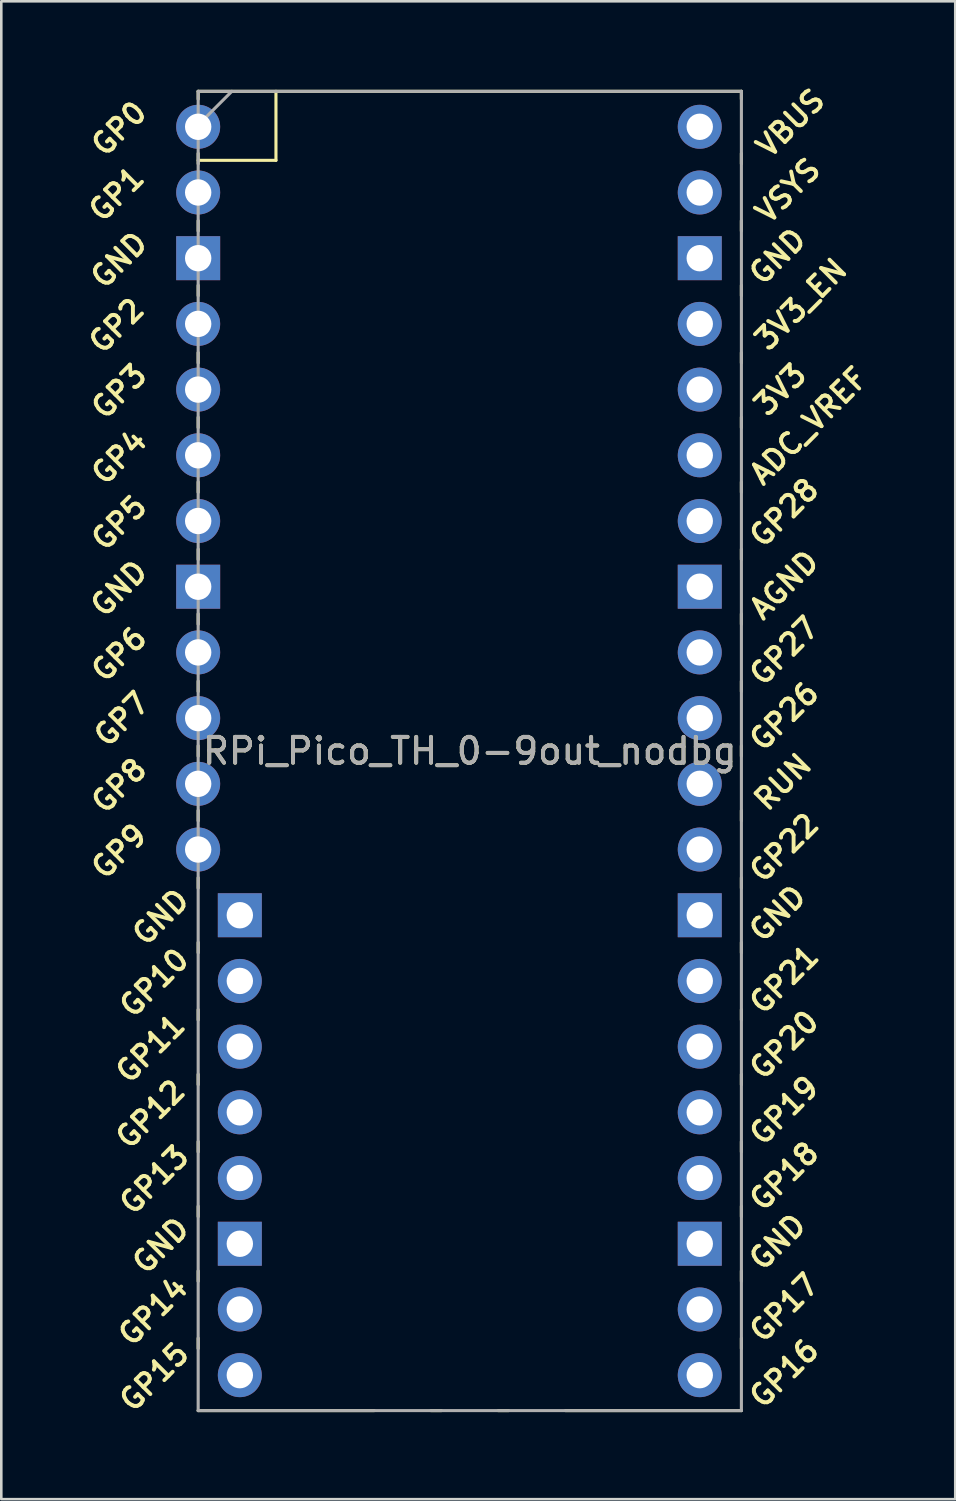
<source format=kicad_pcb>
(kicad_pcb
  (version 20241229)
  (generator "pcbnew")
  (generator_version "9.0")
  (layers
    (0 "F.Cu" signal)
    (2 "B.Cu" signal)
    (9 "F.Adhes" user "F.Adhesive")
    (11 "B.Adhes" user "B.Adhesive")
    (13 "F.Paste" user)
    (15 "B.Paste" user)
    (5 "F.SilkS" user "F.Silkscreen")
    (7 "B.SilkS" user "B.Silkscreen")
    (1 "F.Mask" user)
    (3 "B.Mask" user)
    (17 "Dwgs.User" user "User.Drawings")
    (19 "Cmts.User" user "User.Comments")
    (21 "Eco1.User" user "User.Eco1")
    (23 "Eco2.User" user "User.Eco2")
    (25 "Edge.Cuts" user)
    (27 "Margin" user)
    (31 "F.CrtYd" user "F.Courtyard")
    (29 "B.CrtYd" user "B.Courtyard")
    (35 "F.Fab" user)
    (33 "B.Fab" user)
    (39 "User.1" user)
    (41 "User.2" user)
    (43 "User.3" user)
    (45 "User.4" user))
  (footprint "RPi_Pico_TH_0-9out_nodbg"
    (layer "F.Cu")
    (at 15.111 25.981)
    (property "Reference" "RPi_Pico_TH_0-9out_nodbg" (at 0 0 0) (layer "F.SilkS") (effects (font (size 1 1) (thickness 0.15))))
    (attr through_hole)
    (fp_line (start -10.5 -25.5) (end -10.5 -25.2) (stroke (width 0.12) (type solid)) (layer "F.SilkS"))
    (fp_line (start -10.5 -25.5) (end 10.5 -25.5) (stroke (width 0.12) (type solid)) (layer "F.SilkS"))
    (fp_line (start -10.5 -23.1) (end -10.5 -22.7) (stroke (width 0.12) (type solid)) (layer "F.SilkS"))
    (fp_line (start -10.5 -22.833) (end -7.493 -22.833) (stroke (width 0.12) (type solid)) (layer "F.SilkS"))
    (fp_line (start -10.5 -20.5) (end -10.5 -20.1) (stroke (width 0.12) (type solid)) (layer "F.SilkS"))
    (fp_line (start -10.5 -18) (end -10.5 -17.6) (stroke (width 0.12) (type solid)) (layer "F.SilkS"))
    (fp_line (start -10.5 -15.4) (end -10.5 -15) (stroke (width 0.12) (type solid)) (layer "F.SilkS"))
    (fp_line (start -10.5 -12.9) (end -10.5 -12.5) (stroke (width 0.12) (type solid)) (layer "F.SilkS"))
    (fp_line (start -10.5 -10.4) (end -10.5 -10) (stroke (width 0.12) (type solid)) (layer "F.SilkS"))
    (fp_line (start -10.5 -7.8) (end -10.5 -7.4) (stroke (width 0.12) (type solid)) (layer "F.SilkS"))
    (fp_line (start -10.5 -5.3) (end -10.5 -4.9) (stroke (width 0.12) (type solid)) (layer "F.SilkS"))
    (fp_line (start -10.5 -2.7) (end -10.5 -2.3) (stroke (width 0.12) (type solid)) (layer "F.SilkS"))
    (fp_line (start -10.5 -0.2) (end -10.5 0.2) (stroke (width 0.12) (type solid)) (layer "F.SilkS"))
    (fp_line (start -10.5 2.3) (end -10.5 2.7) (stroke (width 0.12) (type solid)) (layer "F.SilkS"))
    (fp_line (start -10.5 4.9) (end -10.5 5.3) (stroke (width 0.12) (type solid)) (layer "F.SilkS"))
    (fp_line (start -10.5 7.4) (end -10.5 7.8) (stroke (width 0.12) (type solid)) (layer "F.SilkS"))
    (fp_line (start -10.5 10) (end -10.5 10.4) (stroke (width 0.12) (type solid)) (layer "F.SilkS"))
    (fp_line (start -10.5 12.5) (end -10.5 12.9) (stroke (width 0.12) (type solid)) (layer "F.SilkS"))
    (fp_line (start -10.5 15.1) (end -10.5 15.5) (stroke (width 0.12) (type solid)) (layer "F.SilkS"))
    (fp_line (start -10.5 17.6) (end -10.5 18) (stroke (width 0.12) (type solid)) (layer "F.SilkS"))
    (fp_line (start -10.5 20.1) (end -10.5 20.5) (stroke (width 0.12) (type solid)) (layer "F.SilkS"))
    (fp_line (start -10.5 22.7) (end -10.5 23.1) (stroke (width 0.12) (type solid)) (layer "F.SilkS"))
    (fp_line (start -7.493 -22.833) (end -7.493 -25.5) (stroke (width 0.12) (type solid)) (layer "F.SilkS"))
    (fp_line (start -3.7 25.5) (end -10.5 25.5) (stroke (width 0.12) (type solid)) (layer "F.SilkS"))
    (fp_line (start -1.5 25.5) (end -1.1 25.5) (stroke (width 0.12) (type solid)) (layer "F.SilkS"))
    (fp_line (start 1.1 25.5) (end 1.5 25.5) (stroke (width 0.12) (type solid)) (layer "F.SilkS"))
    (fp_line (start 10.5 -25.5) (end 10.5 -25.2) (stroke (width 0.12) (type solid)) (layer "F.SilkS"))
    (fp_line (start 10.5 -23.1) (end 10.5 -22.7) (stroke (width 0.12) (type solid)) (layer "F.SilkS"))
    (fp_line (start 10.5 -20.5) (end 10.5 -20.1) (stroke (width 0.12) (type solid)) (layer "F.SilkS"))
    (fp_line (start 10.5 -18) (end 10.5 -17.6) (stroke (width 0.12) (type solid)) (layer "F.SilkS"))
    (fp_line (start 10.5 -15.4) (end 10.5 -15) (stroke (width 0.12) (type solid)) (layer "F.SilkS"))
    (fp_line (start 10.5 -12.9) (end 10.5 -12.5) (stroke (width 0.12) (type solid)) (layer "F.SilkS"))
    (fp_line (start 10.5 -10.4) (end 10.5 -10) (stroke (width 0.12) (type solid)) (layer "F.SilkS"))
    (fp_line (start 10.5 -7.8) (end 10.5 -7.4) (stroke (width 0.12) (type solid)) (layer "F.SilkS"))
    (fp_line (start 10.5 -5.3) (end 10.5 -4.9) (stroke (width 0.12) (type solid)) (layer "F.SilkS"))
    (fp_line (start 10.5 -2.7) (end 10.5 -2.3) (stroke (width 0.12) (type solid)) (layer "F.SilkS"))
    (fp_line (start 10.5 -0.2) (end 10.5 0.2) (stroke (width 0.12) (type solid)) (layer "F.SilkS"))
    (fp_line (start 10.5 2.3) (end 10.5 2.7) (stroke (width 0.12) (type solid)) (layer "F.SilkS"))
    (fp_line (start 10.5 4.9) (end 10.5 5.3) (stroke (width 0.12) (type solid)) (layer "F.SilkS"))
    (fp_line (start 10.5 7.4) (end 10.5 7.8) (stroke (width 0.12) (type solid)) (layer "F.SilkS"))
    (fp_line (start 10.5 10) (end 10.5 10.4) (stroke (width 0.12) (type solid)) (layer "F.SilkS"))
    (fp_line (start 10.5 12.5) (end 10.5 12.9) (stroke (width 0.12) (type solid)) (layer "F.SilkS"))
    (fp_line (start 10.5 15.1) (end 10.5 15.5) (stroke (width 0.12) (type solid)) (layer "F.SilkS"))
    (fp_line (start 10.5 17.6) (end 10.5 18) (stroke (width 0.12) (type solid)) (layer "F.SilkS"))
    (fp_line (start 10.5 20.1) (end 10.5 20.5) (stroke (width 0.12) (type solid)) (layer "F.SilkS"))
    (fp_line (start 10.5 22.7) (end 10.5 23.1) (stroke (width 0.12) (type solid)) (layer "F.SilkS"))
    (fp_line (start 10.5 25.5) (end 3.7 25.5) (stroke (width 0.12) (type solid)) (layer "F.SilkS"))
    (fp_line (start -10.5 -25.5) (end 10.5 -25.5) (stroke (width 0.12) (type solid)) (layer "F.Fab"))
    (fp_line (start -10.5 -24.2) (end -9.2 -25.5) (stroke (width 0.12) (type solid)) (layer "F.Fab"))
    (fp_line (start -10.5 25.5) (end -10.5 -25.5) (stroke (width 0.12) (type solid)) (layer "F.Fab"))
    (fp_line (start 10.5 -25.5) (end 10.5 25.5) (stroke (width 0.12) (type solid)) (layer "F.Fab"))
    (fp_line (start 10.5 25.5) (end -10.5 25.5) (stroke (width 0.12) (type solid)) (layer "F.Fab"))
    (fp_text user "GP14" (at -12.246 21.66 45) (layer "F.SilkS") (effects (font (size 0.8 0.8) (thickness 0.15))))
    (fp_text user "AGND" (at 12.154 -6.42 45) (layer "F.SilkS") (effects (font (size 0.8 0.8) (thickness 0.15))))
    (fp_text user "GP2" (at -13.656 -16.44 45) (layer "F.SilkS") (effects (font (size 0.8 0.8) (thickness 0.15))))
    (fp_text user "GP1" (at -13.656 -21.53 45) (layer "F.SilkS") (effects (font (size 0.8 0.8) (thickness 0.15))))
    (fp_text user "VSYS" (at 12.3 -21.66 45) (layer "F.SilkS") (effects (font (size 0.8 0.8) (thickness 0.15))))
    (fp_text user "GP4" (at -13.556 -11.36 45) (layer "F.SilkS") (effects (font (size 0.8 0.8) (thickness 0.15))))
    (fp_text user "GP20" (at 12.154 11.36 45) (layer "F.SilkS") (effects (font (size 0.8 0.8) (thickness 0.15))))
    (fp_text user "GP7" (at -13.456 -1.23 45) (layer "F.SilkS") (effects (font (size 0.8 0.8) (thickness 0.15))))
    (fp_text user "GND" (at -13.556 -6.28 45) (layer "F.SilkS") (effects (font (size 0.8 0.8) (thickness 0.15))))
    (fp_text user "GP5" (at -13.556 -8.82 45) (layer "F.SilkS") (effects (font (size 0.8 0.8) (thickness 0.15))))
    (fp_text user "GP21" (at 12.154 8.83 45) (layer "F.SilkS") (effects (font (size 0.8 0.8) (thickness 0.15))))
    (fp_text user "GP0" (at -13.556 -24.06 45) (layer "F.SilkS") (effects (font (size 0.8 0.8) (thickness 0.15))))
    (fp_text user "VBUS" (at 12.4 -24.27 45) (layer "F.SilkS") (effects (font (size 0.8 0.8) (thickness 0.15))))
    (fp_text user "GP27" (at 12.154 -3.87 45) (layer "F.SilkS") (effects (font (size 0.8 0.8) (thickness 0.15))))
    (fp_text user "GP28" (at 12.154 -9.214 45) (layer "F.SilkS") (effects (font (size 0.8 0.8) (thickness 0.15))))
    (fp_text user "GP26" (at 12.154 -1.34 45) (layer "F.SilkS") (effects (font (size 0.8 0.8) (thickness 0.15))))
    (fp_text user "GP16" (at 12.154 24.06 45) (layer "F.SilkS") (effects (font (size 0.8 0.8) (thickness 0.15))))
    (fp_text user "ADC_VREF" (at 13.1 -12.57 45) (layer "F.SilkS") (effects (font (size 0.8 0.8) (thickness 0.15))))
    (fp_text user "GP19" (at 12.154 13.9 45) (layer "F.SilkS") (effects (font (size 0.8 0.8) (thickness 0.15))))
    (fp_text user "3V3" (at 12 -13.97 45) (layer "F.SilkS") (effects (font (size 0.8 0.8) (thickness 0.15))))
    (fp_text user "RUN" (at 12.1 1.2 45) (layer "F.SilkS") (effects (font (size 0.8 0.8) (thickness 0.15))))
    (fp_text user "GP10" (at -12.2 8.96 45) (layer "F.SilkS") (effects (font (size 0.8 0.8) (thickness 0.15))))
    (fp_text user "3V3_EN" (at 12.8 -17.27 45) (layer "F.SilkS") (effects (font (size 0.8 0.8) (thickness 0.15))))
    (fp_text user "GND" (at -11.946 19.12 45) (layer "F.SilkS") (effects (font (size 0.8 0.8) (thickness 0.15))))
    (fp_text user "GND" (at 11.9 6.28 45) (layer "F.SilkS") (effects (font (size 0.8 0.8) (thickness 0.15))))
    (fp_text user "GP3" (at -13.556 -13.9 45) (layer "F.SilkS") (effects (font (size 0.8 0.8) (thickness 0.15))))
    (fp_text user "GP12" (at -12.346 14.04 45) (layer "F.SilkS") (effects (font (size 0.8 0.8) (thickness 0.15))))
    (fp_text user "GND" (at 11.9 -19.12 45) (layer "F.SilkS") (effects (font (size 0.8 0.8) (thickness 0.15))))
    (fp_text user "GND" (at 11.9 18.98 45) (layer "F.SilkS") (effects (font (size 0.8 0.8) (thickness 0.15))))
    (fp_text user "GND" (at -11.946 6.42 45) (layer "F.SilkS") (effects (font (size 0.8 0.8) (thickness 0.15))))
    (fp_text user "GP18" (at 12.154 16.44 45) (layer "F.SilkS") (effects (font (size 0.8 0.8) (thickness 0.15))))
    (fp_text user "GP11" (at -12.346 11.5 45) (layer "F.SilkS") (effects (font (size 0.8 0.8) (thickness 0.15))))
    (fp_text user "GP13" (at -12.2 16.58 45) (layer "F.SilkS") (effects (font (size 0.8 0.8) (thickness 0.15))))
    (fp_text user "GP6" (at -13.556 -3.74 45) (layer "F.SilkS") (effects (font (size 0.8 0.8) (thickness 0.15))))
    (fp_text user "GND" (at -13.556 -18.98 45) (layer "F.SilkS") (effects (font (size 0.8 0.8) (thickness 0.15))))
    (fp_text user "GP8" (at -13.556 1.34 45) (layer "F.SilkS") (effects (font (size 0.8 0.8) (thickness 0.15))))
    (fp_text user "GP9" (at -13.556 3.88 45) (layer "F.SilkS") (effects (font (size 0.8 0.8) (thickness 0.15))))
    (fp_text user "GP17" (at 12.154 21.52 45) (layer "F.SilkS") (effects (font (size 0.8 0.8) (thickness 0.15))))
    (fp_text user "GP15" (at -12.2 24.2 45) (layer "F.SilkS") (effects (font (size 0.8 0.8) (thickness 0.15))))
    (fp_text user "GP22" (at 12.154 3.74 45) (layer "F.SilkS") (effects (font (size 0.8 0.8) (thickness 0.15))))
    (fp_text user "${REFERENCE}" (at 0 0 180) (layer "F.Fab") (effects (font (size 1 1) (thickness 0.15))))
    (pad "1" thru_hole oval (at -10.5 -24.13) (size 1.7 1.7) (drill 1.02) (layers "*.Cu" "*.Mask"))
    (pad "2" thru_hole oval (at -10.5 -21.59) (size 1.7 1.7) (drill 1.02) (layers "*.Cu" "*.Mask"))
    (pad "3" thru_hole rect (at -10.5 -19.05) (size 1.7 1.7) (drill 1.02) (layers "*.Cu" "*.Mask"))
    (pad "4" thru_hole oval (at -10.5 -16.51) (size 1.7 1.7) (drill 1.02) (layers "*.Cu" "*.Mask"))
    (pad "5" thru_hole oval (at -10.5 -13.97) (size 1.7 1.7) (drill 1.02) (layers "*.Cu" "*.Mask"))
    (pad "6" thru_hole oval (at -10.5 -11.43) (size 1.7 1.7) (drill 1.02) (layers "*.Cu" "*.Mask"))
    (pad "7" thru_hole oval (at -10.5 -8.89) (size 1.7 1.7) (drill 1.02) (layers "*.Cu" "*.Mask"))
    (pad "8" thru_hole rect (at -10.5 -6.35) (size 1.7 1.7) (drill 1.02) (layers "*.Cu" "*.Mask"))
    (pad "9" thru_hole oval (at -10.5 -3.81) (size 1.7 1.7) (drill 1.02) (layers "*.Cu" "*.Mask"))
    (pad "10" thru_hole oval (at -10.5 -1.27) (size 1.7 1.7) (drill 1.02) (layers "*.Cu" "*.Mask"))
    (pad "11" thru_hole oval (at -10.5 1.27) (size 1.7 1.7) (drill 1.02) (layers "*.Cu" "*.Mask"))
    (pad "12" thru_hole oval (at -10.5 3.81) (size 1.7 1.7) (drill 1.02) (layers "*.Cu" "*.Mask"))
    (pad "13" thru_hole rect (at -8.89 6.35) (size 1.7 1.7) (drill 1.02) (layers "*.Cu" "*.Mask"))
    (pad "14" thru_hole oval (at -8.89 8.89) (size 1.7 1.7) (drill 1.02) (layers "*.Cu" "*.Mask"))
    (pad "15" thru_hole oval (at -8.89 11.43) (size 1.7 1.7) (drill 1.02) (layers "*.Cu" "*.Mask"))
    (pad "16" thru_hole oval (at -8.89 13.97) (size 1.7 1.7) (drill 1.02) (layers "*.Cu" "*.Mask"))
    (pad "17" thru_hole oval (at -8.89 16.51) (size 1.7 1.7) (drill 1.02) (layers "*.Cu" "*.Mask"))
    (pad "18" thru_hole rect (at -8.89 19.05) (size 1.7 1.7) (drill 1.02) (layers "*.Cu" "*.Mask"))
    (pad "19" thru_hole oval (at -8.89 21.59) (size 1.7 1.7) (drill 1.02) (layers "*.Cu" "*.Mask"))
    (pad "20" thru_hole oval (at -8.89 24.13) (size 1.7 1.7) (drill 1.02) (layers "*.Cu" "*.Mask"))
    (pad "21" thru_hole oval (at 8.89 24.13) (size 1.7 1.7) (drill 1.02) (layers "*.Cu" "*.Mask"))
    (pad "22" thru_hole oval (at 8.89 21.59) (size 1.7 1.7) (drill 1.02) (layers "*.Cu" "*.Mask"))
    (pad "23" thru_hole rect (at 8.89 19.05) (size 1.7 1.7) (drill 1.02) (layers "*.Cu" "*.Mask"))
    (pad "24" thru_hole oval (at 8.89 16.51) (size 1.7 1.7) (drill 1.02) (layers "*.Cu" "*.Mask"))
    (pad "25" thru_hole oval (at 8.89 13.97) (size 1.7 1.7) (drill 1.02) (layers "*.Cu" "*.Mask"))
    (pad "26" thru_hole oval (at 8.89 11.43) (size 1.7 1.7) (drill 1.02) (layers "*.Cu" "*.Mask"))
    (pad "27" thru_hole oval (at 8.89 8.89) (size 1.7 1.7) (drill 1.02) (layers "*.Cu" "*.Mask"))
    (pad "28" thru_hole rect (at 8.89 6.35) (size 1.7 1.7) (drill 1.02) (layers "*.Cu" "*.Mask"))
    (pad "29" thru_hole oval (at 8.89 3.81) (size 1.7 1.7) (drill 1.02) (layers "*.Cu" "*.Mask"))
    (pad "30" thru_hole oval (at 8.89 1.27) (size 1.7 1.7) (drill 1.02) (layers "*.Cu" "*.Mask"))
    (pad "31" thru_hole oval (at 8.89 -1.27) (size 1.7 1.7) (drill 1.02) (layers "*.Cu" "*.Mask"))
    (pad "32" thru_hole oval (at 8.89 -3.81) (size 1.7 1.7) (drill 1.02) (layers "*.Cu" "*.Mask"))
    (pad "33" thru_hole rect (at 8.89 -6.35) (size 1.7 1.7) (drill 1.02) (layers "*.Cu" "*.Mask"))
    (pad "34" thru_hole oval (at 8.89 -8.89) (size 1.7 1.7) (drill 1.02) (layers "*.Cu" "*.Mask"))
    (pad "35" thru_hole oval (at 8.89 -11.43) (size 1.7 1.7) (drill 1.02) (layers "*.Cu" "*.Mask"))
    (pad "36" thru_hole oval (at 8.89 -13.97) (size 1.7 1.7) (drill 1.02) (layers "*.Cu" "*.Mask"))
    (pad "37" thru_hole oval (at 8.89 -16.51) (size 1.7 1.7) (drill 1.02) (layers "*.Cu" "*.Mask"))
    (pad "38" thru_hole rect (at 8.89 -19.05) (size 1.7 1.7) (drill 1.02) (layers "*.Cu" "*.Mask"))
    (pad "39" thru_hole oval (at 8.89 -21.59) (size 1.7 1.7) (drill 1.02) (layers "*.Cu" "*.Mask"))
    (pad "40" thru_hole oval (at 8.89 -24.13) (size 1.7 1.7) (drill 1.02) (layers "*.Cu" "*.Mask")))
  (gr_rect
    (start -3 -3)
    (end 33.878 54.905)
    (stroke (width 0.1) (type default))
    (fill no)
    (layer "Edge.Cuts")))
</source>
